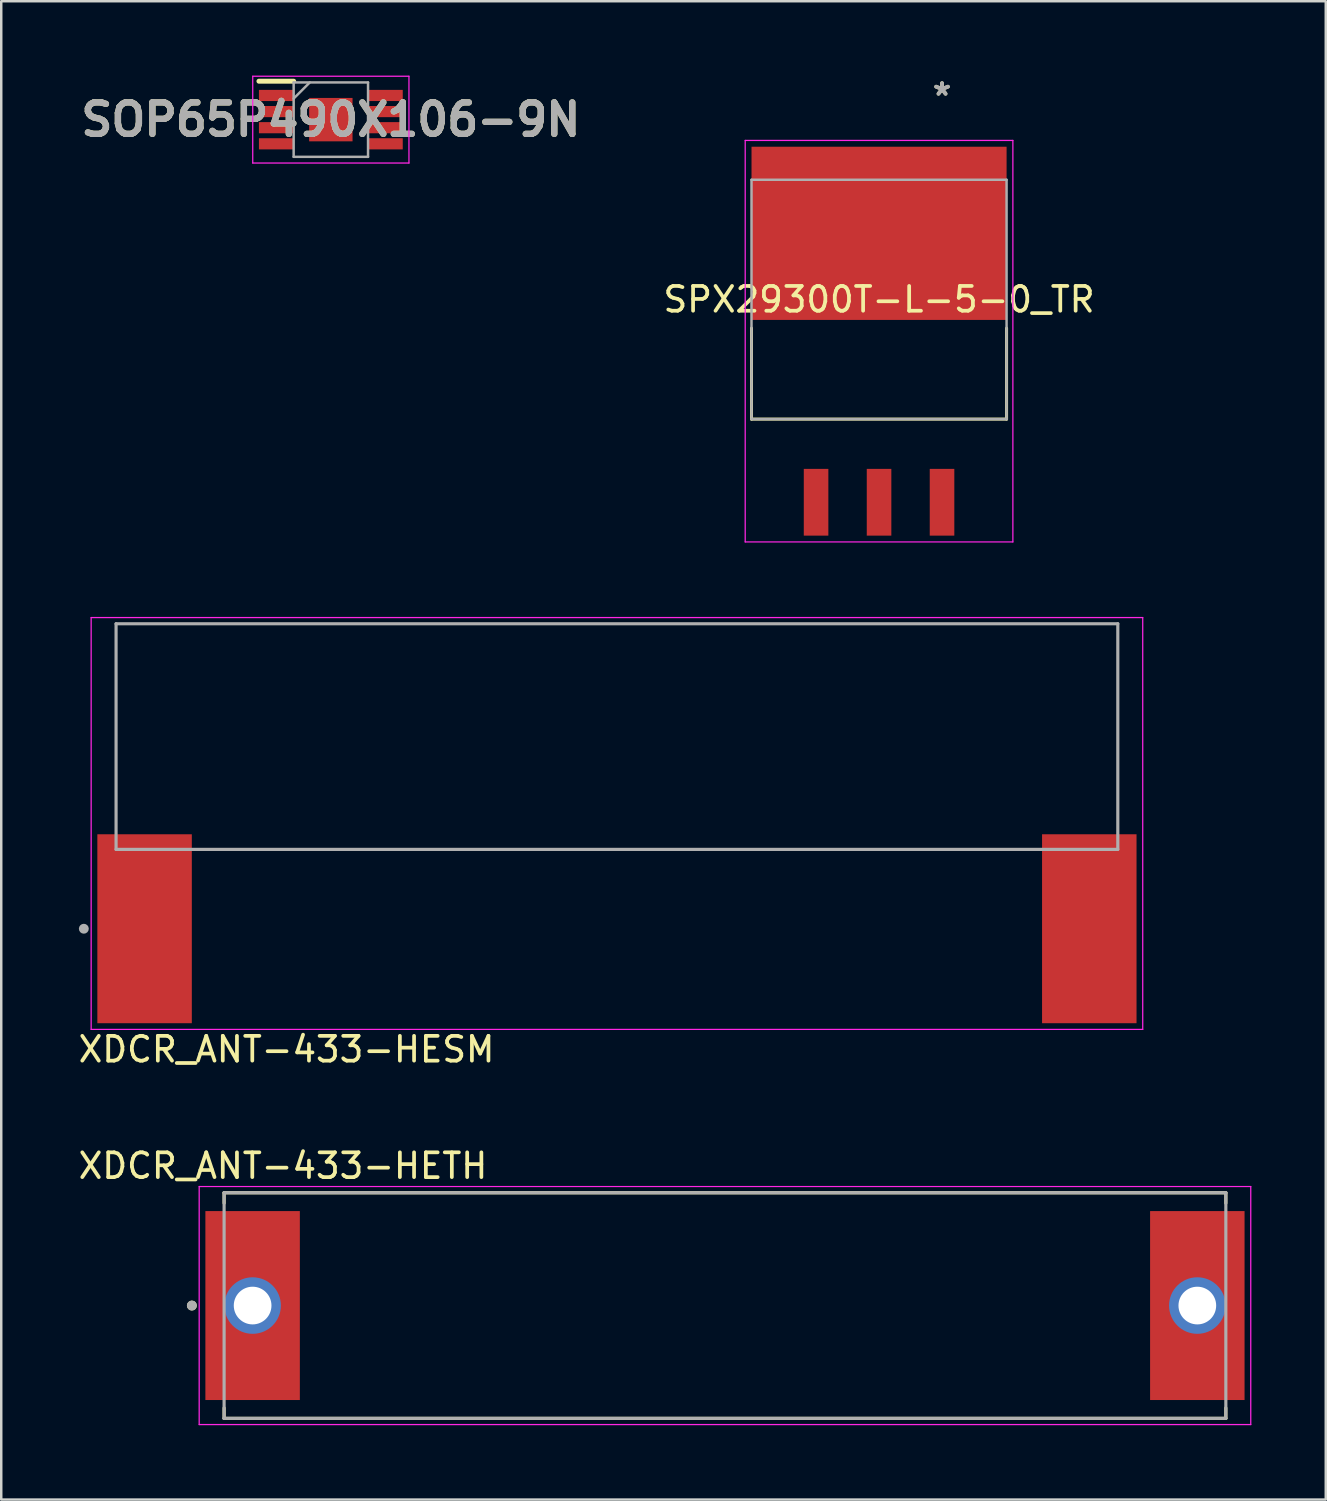
<source format=kicad_pcb>
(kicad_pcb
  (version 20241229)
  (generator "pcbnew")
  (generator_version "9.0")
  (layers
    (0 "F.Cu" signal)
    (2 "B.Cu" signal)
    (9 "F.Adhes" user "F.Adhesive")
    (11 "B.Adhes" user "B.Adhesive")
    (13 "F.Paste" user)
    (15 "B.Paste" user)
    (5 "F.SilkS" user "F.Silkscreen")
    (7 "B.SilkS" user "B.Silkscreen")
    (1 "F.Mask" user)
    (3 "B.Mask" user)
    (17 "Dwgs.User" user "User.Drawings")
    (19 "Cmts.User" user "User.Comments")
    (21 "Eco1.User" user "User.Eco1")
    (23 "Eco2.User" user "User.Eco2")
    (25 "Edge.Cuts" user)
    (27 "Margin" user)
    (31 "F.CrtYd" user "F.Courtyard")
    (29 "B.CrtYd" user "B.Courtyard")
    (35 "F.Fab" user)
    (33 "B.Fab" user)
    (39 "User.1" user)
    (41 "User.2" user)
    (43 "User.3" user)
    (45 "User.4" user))
  (footprint "SPX29300T-L-5-0_TR"
    (layer "F.Cu")
    (at 34.942 0.848)
    (property "Reference" "SPX29300T-L-5-0_TR" (at -2.54 8.179 0) (layer "F.SilkS") (effects (font (size 1 1) (thickness 0.15))))
    (attr through_hole)
    (fp_line (start -7.684 9.337) (end -7.684 13.005) (stroke (width 0.12) (type solid)) (layer "F.SilkS"))
    (fp_line (start -7.684 13.005) (end 2.603 13.005) (stroke (width 0.12) (type solid)) (layer "F.SilkS"))
    (fp_line (start 2.603 13.005) (end 2.603 9.337) (stroke (width 0.12) (type solid)) (layer "F.SilkS"))
    (fp_line (start -7.938 1.765) (end -7.938 17.958) (stroke (width 0.05) (type solid)) (layer "F.CrtYd"))
    (fp_line (start -7.938 17.958) (end 2.857 17.958) (stroke (width 0.05) (type solid)) (layer "F.CrtYd"))
    (fp_line (start 2.857 1.765) (end -7.938 1.765) (stroke (width 0.05) (type solid)) (layer "F.CrtYd"))
    (fp_line (start 2.857 17.958) (end 2.857 1.765) (stroke (width 0.05) (type solid)) (layer "F.CrtYd"))
    (fp_line (start -7.684 3.353) (end -7.684 13.005) (stroke (width 0.1) (type solid)) (layer "F.Fab"))
    (fp_line (start -7.684 13.005) (end 2.603 13.005) (stroke (width 0.1) (type solid)) (layer "F.Fab"))
    (fp_line (start 2.603 3.353) (end -7.684 3.353) (stroke (width 0.1) (type solid)) (layer "F.Fab"))
    (fp_line (start 2.603 13.005) (end 2.603 3.353) (stroke (width 0.1) (type solid)) (layer "F.Fab"))
    (fp_text user "*" (at 0 0 0) (layer "F.SilkS") (effects (font (size 1 1) (thickness 0.15))))
    (fp_text user "Copyright 2021 Accelerated Designs. All rights reserved." (at 0 0 0) (layer "Cmts.User") (effects (font (size 0.127 0.127) (thickness 0.002))))
    (fp_text user "*" (at 0 0 0) (layer "F.Fab") (effects (font (size 1 1) (thickness 0.15))))
    (pad "" smd rect (at -2.54 5.512) (size 10.287 6.985) (layers "F.Cu" "F.Mask" "F.Paste"))
    (pad "1" smd rect (at -5.08 16.358) (size 0.991 2.692) (layers "F.Cu" "F.Mask" "F.Paste"))
    (pad "2" smd rect (at -2.54 16.358) (size 0.991 2.692) (layers "F.Cu" "F.Mask" "F.Paste"))
    (pad "3" smd rect (at 0 16.358) (size 0.991 2.692) (layers "F.Cu" "F.Mask" "F.Paste")))
  (footprint "XDCR_ANT-433-HESM"
    (layer "F.Cu")
    (at 21.831 34.406)
    (property "Reference" "XDCR_ANT-433-HESM" (at -13.325 4.865 0) (layer "F.SilkS") (effects (font (size 1 1) (thickness 0.15))))
    (attr smd)
    (fp_line (start -21.205 -12.55) (end 21.205 -12.55) (stroke (width 0.05) (type solid)) (layer "F.CrtYd"))
    (fp_line (start -21.205 4.06) (end -21.205 -12.55) (stroke (width 0.05) (type solid)) (layer "F.CrtYd"))
    (fp_line (start 21.205 -12.55) (end 21.205 4.06) (stroke (width 0.05) (type solid)) (layer "F.CrtYd"))
    (fp_line (start 21.205 4.06) (end -21.205 4.06) (stroke (width 0.05) (type solid)) (layer "F.CrtYd"))
    (fp_line (start -20.2 -12.3) (end 20.2 -12.3) (stroke (width 0.127) (type solid)) (layer "F.Fab"))
    (fp_line (start -20.2 -3.2) (end -20.2 -12.3) (stroke (width 0.127) (type solid)) (layer "F.Fab"))
    (fp_line (start 20.2 -12.3) (end 20.2 -3.2) (stroke (width 0.127) (type solid)) (layer "F.Fab"))
    (fp_line (start 20.2 -3.2) (end -20.2 -3.2) (stroke (width 0.127) (type solid)) (layer "F.Fab"))
    (fp_circle (center -21.5 0) (end -21.4 0) (stroke (width 0.2) (type solid)) (fill no) (layer "F.Fab"))
    (pad "1" smd rect (at -19.05 0) (size 3.81 7.62) (layers "F.Cu" "F.Mask" "F.Paste"))
    (pad "2" smd rect (at 19.05 0) (size 3.81 7.62) (layers "F.Cu" "F.Mask" "F.Paste"))
    (zone (net_name "") (layer "F.Cu") (hatch full 0.508) (connect_pads) (min_thickness 0.01) (filled_areas_thickness no) (keepout (tracks not_allowed) (vias not_allowed) (pads not_allowed) (copperpour not_allowed) (footprints allowed)) (placement (enabled no)) (fill) (polygon (pts (xy 1.631 30.591) (xy 1.631 22.106) (xy 42.031 22.106) (xy 42.031 30.591) (xy 38.971 30.591) (xy 38.971 38.211) (xy 4.691 38.211) (xy 4.691 30.591))))
    (zone (net_name "") (layers "F.Cu" "B.Cu") (hatch full 0.508) (connect_pads) (min_thickness 0.01) (filled_areas_thickness no) (keepout (tracks allowed) (vias not_allowed) (pads allowed) (copperpour allowed) (footprints allowed)) (placement (enabled no)) (fill) (polygon (pts (xy 1.631 30.591) (xy 1.631 22.106) (xy 42.031 22.106) (xy 42.031 30.591) (xy 38.971 30.591) (xy 38.971 38.211) (xy 4.691 38.211) (xy 4.691 30.591)))))
  (footprint "XDCR_ANT-433-HETH"
    (layer "F.Cu")
    (at 26.188 49.603)
    (property "Reference" "XDCR_ANT-433-HETH" (at -17.825 -5.635 0) (layer "F.SilkS") (effects (font (size 1 1) (thickness 0.15))))
    (attr smd)
    (fp_line (start -20.2 -4.55) (end -20.2 -4.13) (stroke (width 0.127) (type solid)) (layer "F.SilkS"))
    (fp_line (start -20.2 -4.55) (end 20.2 -4.55) (stroke (width 0.127) (type solid)) (layer "F.SilkS"))
    (fp_line (start -20.2 4.55) (end -20.2 4.13) (stroke (width 0.127) (type solid)) (layer "F.SilkS"))
    (fp_line (start 20.2 -4.55) (end 20.2 -4.13) (stroke (width 0.127) (type solid)) (layer "F.SilkS"))
    (fp_line (start 20.2 4.55) (end -20.2 4.55) (stroke (width 0.127) (type solid)) (layer "F.SilkS"))
    (fp_line (start 20.2 4.55) (end 20.2 4.13) (stroke (width 0.127) (type solid)) (layer "F.SilkS"))
    (fp_circle (center -21.5 0) (end -21.4 0) (stroke (width 0.2) (type solid)) (fill no) (layer "F.SilkS"))
    (fp_line (start -21.205 -4.8) (end 21.205 -4.8) (stroke (width 0.05) (type solid)) (layer "F.CrtYd"))
    (fp_line (start -21.205 4.8) (end -21.205 -4.8) (stroke (width 0.05) (type solid)) (layer "F.CrtYd"))
    (fp_line (start 21.205 -4.8) (end 21.205 4.8) (stroke (width 0.05) (type solid)) (layer "F.CrtYd"))
    (fp_line (start 21.205 4.8) (end -21.205 4.8) (stroke (width 0.05) (type solid)) (layer "F.CrtYd"))
    (fp_line (start -20.2 -4.55) (end 20.2 -4.55) (stroke (width 0.127) (type solid)) (layer "F.Fab"))
    (fp_line (start -20.2 4.55) (end -20.2 -4.55) (stroke (width 0.127) (type solid)) (layer "F.Fab"))
    (fp_line (start 20.2 -4.55) (end 20.2 4.55) (stroke (width 0.127) (type solid)) (layer "F.Fab"))
    (fp_line (start 20.2 4.55) (end -20.2 4.55) (stroke (width 0.127) (type solid)) (layer "F.Fab"))
    (fp_circle (center -21.5 0) (end -21.4 0) (stroke (width 0.2) (type solid)) (fill no) (layer "F.Fab"))
    (pad "1" smd rect (at -19.05 0) (size 3.81 7.62) (layers "F.Cu" "F.Mask" "F.Paste"))
    (pad "2" smd rect (at 19.05 0) (size 3.81 7.62) (layers "F.Cu" "F.Mask" "F.Paste"))
    (pad "3" thru_hole circle (at -19.05 0) (size 2.28 2.28) (drill 1.52) (layers "*.Cu" "*.Mask"))
    (pad "4" thru_hole circle (at 19.05 0) (size 2.28 2.28) (drill 1.52) (layers "*.Cu" "*.Mask"))
    (zone (net_name "") (layer "F.Cu") (hatch full 0.508) (connect_pads) (min_thickness 0.01) (filled_areas_thickness no) (keepout (tracks not_allowed) (vias not_allowed) (pads not_allowed) (copperpour not_allowed) (footprints allowed)) (placement (enabled no)) (fill) (polygon (pts (xy 5.988 45.788) (xy 5.988 45.053) (xy 46.388 45.053) (xy 46.388 45.788) (xy 43.328 45.788) (xy 43.328 53.418) (xy 46.388 53.418) (xy 46.388 54.153) (xy 5.988 54.153) (xy 5.988 53.418) (xy 9.048 53.418) (xy 9.048 45.788))))
    (zone (net_name "") (layers "F.Cu" "B.Cu") (hatch full 0.508) (connect_pads) (min_thickness 0.01) (filled_areas_thickness no) (keepout (tracks allowed) (vias not_allowed) (pads allowed) (copperpour allowed) (footprints allowed)) (placement (enabled no)) (fill) (polygon (pts (xy 5.988 45.788) (xy 5.988 45.053) (xy 46.388 45.053) (xy 46.388 45.788) (xy 43.328 45.788) (xy 43.328 53.418) (xy 46.388 53.418) (xy 46.388 54.153) (xy 5.988 54.153) (xy 5.988 53.418) (xy 9.048 53.418) (xy 9.048 45.788)))))
  (footprint "SOP65P490X106-9N"
    (layer "F.Cu")
    (at 10.293 1.775)
    (property "Reference" "SOP65P490X106-9N" (at 0 0 0) (layer "F.SilkS") (effects (font (size 1.27 1.27) (thickness 0.254))))
    (attr smd)
    (fp_line (start -2.9 -1.55) (end -1.5 -1.55) (stroke (width 0.2) (type solid)) (layer "F.SilkS"))
    (fp_line (start -3.15 -1.75) (end 3.15 -1.75) (stroke (width 0.05) (type solid)) (layer "F.CrtYd"))
    (fp_line (start -3.15 1.75) (end -3.15 -1.75) (stroke (width 0.05) (type solid)) (layer "F.CrtYd"))
    (fp_line (start 3.15 -1.75) (end 3.15 1.75) (stroke (width 0.05) (type solid)) (layer "F.CrtYd"))
    (fp_line (start 3.15 1.75) (end -3.15 1.75) (stroke (width 0.05) (type solid)) (layer "F.CrtYd"))
    (fp_line (start -1.5 -1.5) (end 1.5 -1.5) (stroke (width 0.1) (type solid)) (layer "F.Fab"))
    (fp_line (start -1.5 -0.85) (end -0.85 -1.5) (stroke (width 0.1) (type solid)) (layer "F.Fab"))
    (fp_line (start -1.5 1.5) (end -1.5 -1.5) (stroke (width 0.1) (type solid)) (layer "F.Fab"))
    (fp_line (start 1.5 -1.5) (end 1.5 1.5) (stroke (width 0.1) (type solid)) (layer "F.Fab"))
    (fp_line (start 1.5 1.5) (end -1.5 1.5) (stroke (width 0.1) (type solid)) (layer "F.Fab"))
    (fp_text user "${REFERENCE}" (at 0 0 0) (layer "F.Fab") (effects (font (size 1.27 1.27) (thickness 0.254))))
    (pad "1" smd rect (at -2.2 -0.975 90) (size 0.45 1.4) (layers "F.Cu" "F.Mask" "F.Paste"))
    (pad "2" smd rect (at -2.2 -0.325 90) (size 0.45 1.4) (layers "F.Cu" "F.Mask" "F.Paste"))
    (pad "3" smd rect (at -2.2 0.325 90) (size 0.45 1.4) (layers "F.Cu" "F.Mask" "F.Paste"))
    (pad "4" smd rect (at -2.2 0.975 90) (size 0.45 1.4) (layers "F.Cu" "F.Mask" "F.Paste"))
    (pad "5" smd rect (at 2.2 0.975 90) (size 0.45 1.4) (layers "F.Cu" "F.Mask" "F.Paste"))
    (pad "6" smd rect (at 2.2 0.325 90) (size 0.45 1.4) (layers "F.Cu" "F.Mask" "F.Paste"))
    (pad "7" smd rect (at 2.2 -0.325 90) (size 0.45 1.4) (layers "F.Cu" "F.Mask" "F.Paste"))
    (pad "8" smd rect (at 2.2 -0.975 90) (size 0.45 1.4) (layers "F.Cu" "F.Mask" "F.Paste"))
    (pad "9" smd rect (at 0 0) (size 1.75 1.75) (layers "F.Cu" "F.Mask" "F.Paste")))
  (gr_rect
    (start -3 -3)
    (end 50.418 57.428)
    (stroke (width 0.1) (type default))
    (fill no)
    (layer "Edge.Cuts")))
</source>
